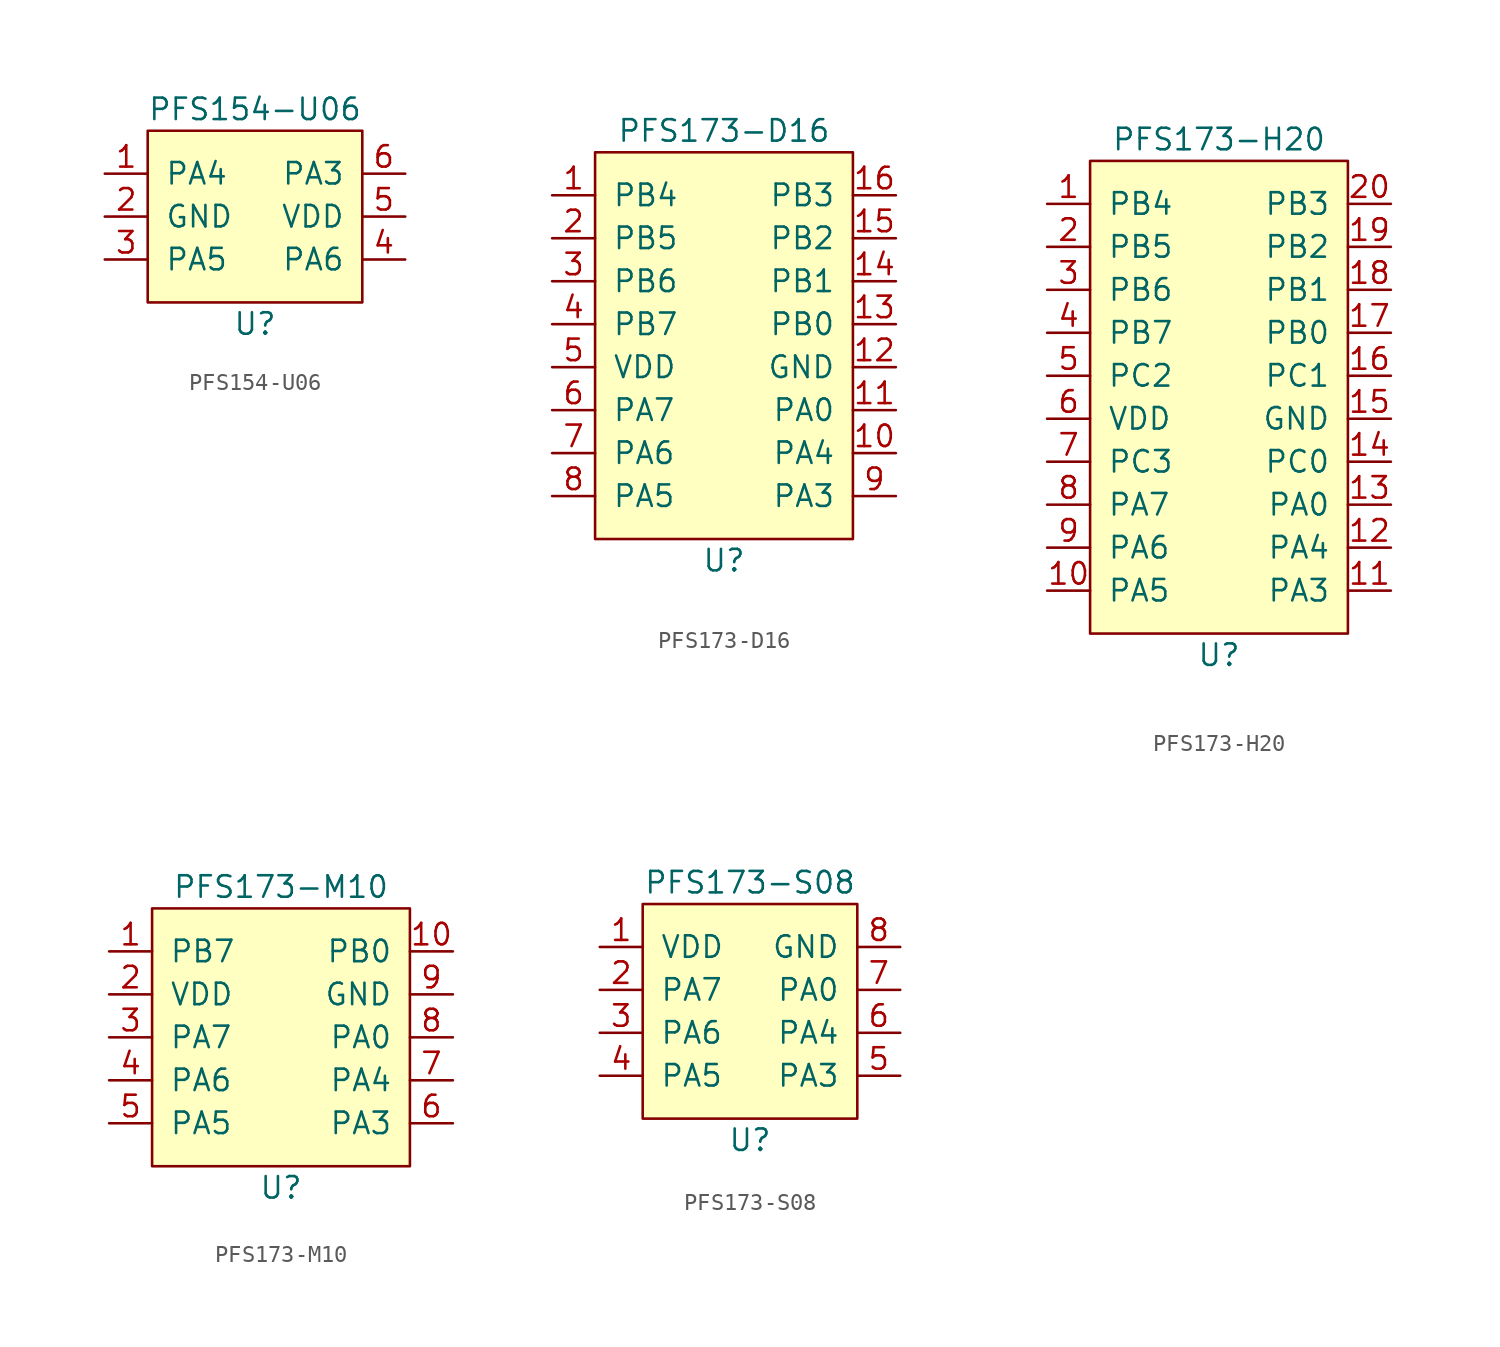
<source format=kicad_sym>
(kicad_symbol_lib
  (version 20211014)
  (generator kicad_symbol_editor)
  (symbol "PFS154-U06"
    (pin_names
      (offset 1.016))
    (property "Reference" "U"
      (at 0 -6.35 0)
      (effects (font (size 1.27 1.27))))
    (property "Value" "PFS154-U06"
      (at 0 6.35 0)
      (effects (font (size 1.27 1.27))))
    (symbol "PFS154-U06_0_1"
      (rectangle (start -6.35 5.08) (end 6.35 -5.08) (stroke (width 0) (type default) (color 0 0 0 0)) (fill (type background))))
    (symbol "PFS154-U06_1_1"
      (pin input line (at -8.89 2.54 0) (length 2.54) (name "PA4" (effects (font (size 1.27 1.27)))) (number "1" (effects (font (size 1.27 1.27)))))
      (pin input line (at -8.89 0 0) (length 2.54) (name "GND" (effects (font (size 1.27 1.27)))) (number "2" (effects (font (size 1.27 1.27)))))
      (pin input line (at -8.89 -2.54 0) (length 2.54) (name "PA5" (effects (font (size 1.27 1.27)))) (number "3" (effects (font (size 1.27 1.27)))))
      (pin input line (at 8.89 -2.54 180) (length 2.54) (name "PA6" (effects (font (size 1.27 1.27)))) (number "4" (effects (font (size 1.27 1.27)))))
      (pin input line (at 8.89 0 180) (length 2.54) (name "VDD" (effects (font (size 1.27 1.27)))) (number "5" (effects (font (size 1.27 1.27)))))
      (pin input line (at 8.89 2.54 180) (length 2.54) (name "PA3" (effects (font (size 1.27 1.27)))) (number "6" (effects (font (size 1.27 1.27)))))))
  (symbol "PFS173-D16"
    (pin_names
      (offset 1.016))
    (property "Reference" "U"
      (at 0 -12.7 0)
      (effects (font (size 1.27 1.27))))
    (property "Value" "PFS173-D16"
      (at 0 12.7 0)
      (effects (font (size 1.27 1.27))))
    (symbol "PFS173-D16_0_1"
      (rectangle (start -7.62 11.43) (end 7.62 -11.43) (stroke (width 0) (type default) (color 0 0 0 0)) (fill (type background))))
    (symbol "PFS173-D16_1_1"
      (pin input line (at -10.16 8.89 0) (length 2.54) (name "PB4" (effects (font (size 1.27 1.27)))) (number "1" (effects (font (size 1.27 1.27)))))
      (pin input line (at 10.16 -6.35 180) (length 2.54) (name "PA4" (effects (font (size 1.27 1.27)))) (number "10" (effects (font (size 1.27 1.27)))))
      (pin input line (at 10.16 -3.81 180) (length 2.54) (name "PA0" (effects (font (size 1.27 1.27)))) (number "11" (effects (font (size 1.27 1.27)))))
      (pin input line (at 10.16 -1.27 180) (length 2.54) (name "GND" (effects (font (size 1.27 1.27)))) (number "12" (effects (font (size 1.27 1.27)))))
      (pin input line (at 10.16 1.27 180) (length 2.54) (name "PB0" (effects (font (size 1.27 1.27)))) (number "13" (effects (font (size 1.27 1.27)))))
      (pin input line (at 10.16 3.81 180) (length 2.54) (name "PB1" (effects (font (size 1.27 1.27)))) (number "14" (effects (font (size 1.27 1.27)))))
      (pin input line (at 10.16 6.35 180) (length 2.54) (name "PB2" (effects (font (size 1.27 1.27)))) (number "15" (effects (font (size 1.27 1.27)))))
      (pin input line (at 10.16 8.89 180) (length 2.54) (name "PB3" (effects (font (size 1.27 1.27)))) (number "16" (effects (font (size 1.27 1.27)))))
      (pin input line (at -10.16 6.35 0) (length 2.54) (name "PB5" (effects (font (size 1.27 1.27)))) (number "2" (effects (font (size 1.27 1.27)))))
      (pin input line (at -10.16 3.81 0) (length 2.54) (name "PB6" (effects (font (size 1.27 1.27)))) (number "3" (effects (font (size 1.27 1.27)))))
      (pin input line (at -10.16 1.27 0) (length 2.54) (name "PB7" (effects (font (size 1.27 1.27)))) (number "4" (effects (font (size 1.27 1.27)))))
      (pin input line (at -10.16 -1.27 0) (length 2.54) (name "VDD" (effects (font (size 1.27 1.27)))) (number "5" (effects (font (size 1.27 1.27)))))
      (pin input line (at -10.16 -3.81 0) (length 2.54) (name "PA7" (effects (font (size 1.27 1.27)))) (number "6" (effects (font (size 1.27 1.27)))))
      (pin input line (at -10.16 -6.35 0) (length 2.54) (name "PA6" (effects (font (size 1.27 1.27)))) (number "7" (effects (font (size 1.27 1.27)))))
      (pin input line (at -10.16 -8.89 0) (length 2.54) (name "PA5" (effects (font (size 1.27 1.27)))) (number "8" (effects (font (size 1.27 1.27)))))
      (pin input line (at 10.16 -8.89 180) (length 2.54) (name "PA3" (effects (font (size 1.27 1.27)))) (number "9" (effects (font (size 1.27 1.27)))))))
  (symbol "PFS173-H20"
    (pin_names
      (offset 1.016))
    (property "Reference" "U"
      (at 0 -15.24 0)
      (effects (font (size 1.27 1.27))))
    (property "Value" "PFS173-H20"
      (at 0 15.24 0)
      (effects (font (size 1.27 1.27))))
    (symbol "PFS173-H20_0_1"
      (rectangle (start -7.62 13.97) (end 7.62 -13.97) (stroke (width 0) (type default) (color 0 0 0 0)) (fill (type background))))
    (symbol "PFS173-H20_1_1"
      (pin input line (at -10.16 11.43 0) (length 2.54) (name "PB4" (effects (font (size 1.27 1.27)))) (number "1" (effects (font (size 1.27 1.27)))))
      (pin input line (at -10.16 -11.43 0) (length 2.54) (name "PA5" (effects (font (size 1.27 1.27)))) (number "10" (effects (font (size 1.27 1.27)))))
      (pin input line (at 10.16 -11.43 180) (length 2.54) (name "PA3" (effects (font (size 1.27 1.27)))) (number "11" (effects (font (size 1.27 1.27)))))
      (pin input line (at 10.16 -8.89 180) (length 2.54) (name "PA4" (effects (font (size 1.27 1.27)))) (number "12" (effects (font (size 1.27 1.27)))))
      (pin input line (at 10.16 -6.35 180) (length 2.54) (name "PA0" (effects (font (size 1.27 1.27)))) (number "13" (effects (font (size 1.27 1.27)))))
      (pin input line (at 10.16 -3.81 180) (length 2.54) (name "PC0" (effects (font (size 1.27 1.27)))) (number "14" (effects (font (size 1.27 1.27)))))
      (pin input line (at 10.16 -1.27 180) (length 2.54) (name "GND" (effects (font (size 1.27 1.27)))) (number "15" (effects (font (size 1.27 1.27)))))
      (pin input line (at 10.16 1.27 180) (length 2.54) (name "PC1" (effects (font (size 1.27 1.27)))) (number "16" (effects (font (size 1.27 1.27)))))
      (pin input line (at 10.16 3.81 180) (length 2.54) (name "PB0" (effects (font (size 1.27 1.27)))) (number "17" (effects (font (size 1.27 1.27)))))
      (pin input line (at 10.16 6.35 180) (length 2.54) (name "PB1" (effects (font (size 1.27 1.27)))) (number "18" (effects (font (size 1.27 1.27)))))
      (pin input line (at 10.16 8.89 180) (length 2.54) (name "PB2" (effects (font (size 1.27 1.27)))) (number "19" (effects (font (size 1.27 1.27)))))
      (pin input line (at -10.16 8.89 0) (length 2.54) (name "PB5" (effects (font (size 1.27 1.27)))) (number "2" (effects (font (size 1.27 1.27)))))
      (pin input line (at 10.16 11.43 180) (length 2.54) (name "PB3" (effects (font (size 1.27 1.27)))) (number "20" (effects (font (size 1.27 1.27)))))
      (pin input line (at -10.16 6.35 0) (length 2.54) (name "PB6" (effects (font (size 1.27 1.27)))) (number "3" (effects (font (size 1.27 1.27)))))
      (pin input line (at -10.16 3.81 0) (length 2.54) (name "PB7" (effects (font (size 1.27 1.27)))) (number "4" (effects (font (size 1.27 1.27)))))
      (pin input line (at -10.16 1.27 0) (length 2.54) (name "PC2" (effects (font (size 1.27 1.27)))) (number "5" (effects (font (size 1.27 1.27)))))
      (pin input line (at -10.16 -1.27 0) (length 2.54) (name "VDD" (effects (font (size 1.27 1.27)))) (number "6" (effects (font (size 1.27 1.27)))))
      (pin input line (at -10.16 -3.81 0) (length 2.54) (name "PC3" (effects (font (size 1.27 1.27)))) (number "7" (effects (font (size 1.27 1.27)))))
      (pin input line (at -10.16 -6.35 0) (length 2.54) (name "PA7" (effects (font (size 1.27 1.27)))) (number "8" (effects (font (size 1.27 1.27)))))
      (pin input line (at -10.16 -8.89 0) (length 2.54) (name "PA6" (effects (font (size 1.27 1.27)))) (number "9" (effects (font (size 1.27 1.27)))))))
  (symbol "PFS173-M10"
    (pin_names
      (offset 1.016))
    (property "Reference" "U"
      (at 0 -8.89 0)
      (effects (font (size 1.27 1.27))))
    (property "Value" "PFS173-M10"
      (at 0 8.89 0)
      (effects (font (size 1.27 1.27))))
    (symbol "PFS173-M10_0_1"
      (rectangle (start -7.62 7.62) (end 7.62 -7.62) (stroke (width 0) (type default) (color 0 0 0 0)) (fill (type background))))
    (symbol "PFS173-M10_1_1"
      (pin input line (at -10.16 5.08 0) (length 2.54) (name "PB7" (effects (font (size 1.27 1.27)))) (number "1" (effects (font (size 1.27 1.27)))))
      (pin input line (at 10.16 5.08 180) (length 2.54) (name "PB0" (effects (font (size 1.27 1.27)))) (number "10" (effects (font (size 1.27 1.27)))))
      (pin input line (at -10.16 2.54 0) (length 2.54) (name "VDD" (effects (font (size 1.27 1.27)))) (number "2" (effects (font (size 1.27 1.27)))))
      (pin input line (at -10.16 0 0) (length 2.54) (name "PA7" (effects (font (size 1.27 1.27)))) (number "3" (effects (font (size 1.27 1.27)))))
      (pin input line (at -10.16 -2.54 0) (length 2.54) (name "PA6" (effects (font (size 1.27 1.27)))) (number "4" (effects (font (size 1.27 1.27)))))
      (pin input line (at -10.16 -5.08 0) (length 2.54) (name "PA5" (effects (font (size 1.27 1.27)))) (number "5" (effects (font (size 1.27 1.27)))))
      (pin input line (at 10.16 -5.08 180) (length 2.54) (name "PA3" (effects (font (size 1.27 1.27)))) (number "6" (effects (font (size 1.27 1.27)))))
      (pin input line (at 10.16 -2.54 180) (length 2.54) (name "PA4" (effects (font (size 1.27 1.27)))) (number "7" (effects (font (size 1.27 1.27)))))
      (pin input line (at 10.16 0 180) (length 2.54) (name "PA0" (effects (font (size 1.27 1.27)))) (number "8" (effects (font (size 1.27 1.27)))))
      (pin input line (at 10.16 2.54 180) (length 2.54) (name "GND" (effects (font (size 1.27 1.27)))) (number "9" (effects (font (size 1.27 1.27)))))))
  (symbol "PFS173-S08"
    (pin_names
      (offset 1.016))
    (property "Reference" "U"
      (at 0 -7.62 0)
      (effects (font (size 1.27 1.27))))
    (property "Value" "PFS173-S08"
      (at 0 7.62 0)
      (effects (font (size 1.27 1.27))))
    (symbol "PFS173-S08_0_1"
      (rectangle (start -6.35 6.35) (end 6.35 -6.35) (stroke (width 0) (type default) (color 0 0 0 0)) (fill (type background))))
    (symbol "PFS173-S08_1_1"
      (pin input line (at -8.89 3.81 0) (length 2.54) (name "VDD" (effects (font (size 1.27 1.27)))) (number "1" (effects (font (size 1.27 1.27)))))
      (pin input line (at -8.89 1.27 0) (length 2.54) (name "PA7" (effects (font (size 1.27 1.27)))) (number "2" (effects (font (size 1.27 1.27)))))
      (pin input line (at -8.89 -1.27 0) (length 2.54) (name "PA6" (effects (font (size 1.27 1.27)))) (number "3" (effects (font (size 1.27 1.27)))))
      (pin input line (at -8.89 -3.81 0) (length 2.54) (name "PA5" (effects (font (size 1.27 1.27)))) (number "4" (effects (font (size 1.27 1.27)))))
      (pin input line (at 8.89 -3.81 180) (length 2.54) (name "PA3" (effects (font (size 1.27 1.27)))) (number "5" (effects (font (size 1.27 1.27)))))
      (pin input line (at 8.89 -1.27 180) (length 2.54) (name "PA4" (effects (font (size 1.27 1.27)))) (number "6" (effects (font (size 1.27 1.27)))))
      (pin input line (at 8.89 1.27 180) (length 2.54) (name "PA0" (effects (font (size 1.27 1.27)))) (number "7" (effects (font (size 1.27 1.27)))))
      (pin input line (at 8.89 3.81 180) (length 2.54) (name "GND" (effects (font (size 1.27 1.27)))) (number "8" (effects (font (size 1.27 1.27))))))))
</source>
